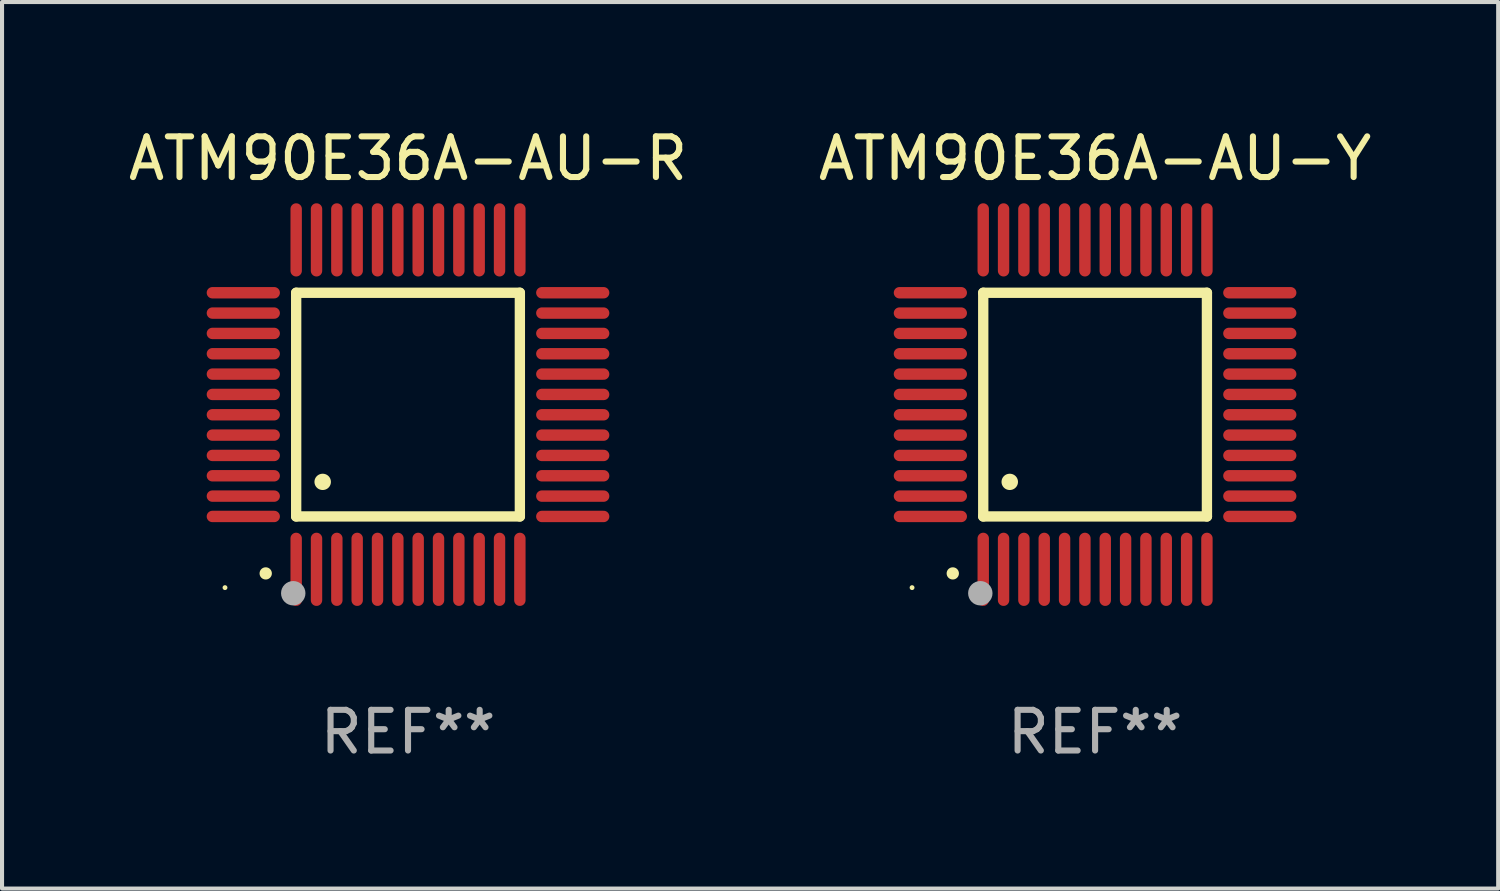
<source format=kicad_pcb>
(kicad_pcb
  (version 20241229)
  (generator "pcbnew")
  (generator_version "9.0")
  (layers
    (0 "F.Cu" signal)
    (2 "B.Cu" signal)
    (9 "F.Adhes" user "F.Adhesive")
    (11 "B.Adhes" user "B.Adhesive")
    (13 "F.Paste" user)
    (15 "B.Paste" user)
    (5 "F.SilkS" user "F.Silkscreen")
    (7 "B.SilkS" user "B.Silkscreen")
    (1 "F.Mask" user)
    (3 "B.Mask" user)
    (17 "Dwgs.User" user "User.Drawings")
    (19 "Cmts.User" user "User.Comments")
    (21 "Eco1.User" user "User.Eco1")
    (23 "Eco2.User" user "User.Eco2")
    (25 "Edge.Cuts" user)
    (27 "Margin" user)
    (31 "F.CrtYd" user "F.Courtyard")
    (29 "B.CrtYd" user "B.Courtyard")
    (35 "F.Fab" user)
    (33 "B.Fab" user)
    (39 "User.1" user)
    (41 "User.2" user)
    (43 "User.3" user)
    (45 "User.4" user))
  (footprint "ATM90E36A-AU-Y"
    (layer "F.Cu")
    (at 23.875 6.898)
    (property "Reference" "ATM90E36A-AU-Y" (at 0 -6.05 0) (layer "F.SilkS") (effects (font (size 1 1) (thickness 0.15))))
    (attr through_hole)
    (fp_line (start -2.75 -2.75) (end 2.75 -2.75) (stroke (width 0.254) (type solid)) (layer "F.SilkS"))
    (fp_line (start -2.75 2.75) (end -2.75 -2.75) (stroke (width 0.254) (type solid)) (layer "F.SilkS"))
    (fp_line (start 2.75 -2.75) (end 2.75 2.75) (stroke (width 0.254) (type solid)) (layer "F.SilkS"))
    (fp_line (start 2.75 2.75) (end -2.75 2.75) (stroke (width 0.254) (type solid)) (layer "F.SilkS"))
    (fp_arc (start -3.500127 4.150368) (mid -3.498857 4.150363) (end -3.497587 4.150368) (stroke (width 0.3) (type solid)) (layer "F.SilkS"))
    (fp_arc (start -2.100584 1.899924) (mid -2.098044 1.899908) (end -2.095504 1.899924) (stroke (width 0.4) (type solid)) (layer "F.SilkS"))
    (fp_circle (center -4.5 4.5) (end -4.47 4.5) (stroke (width 0.06) (type solid)) (fill no) (layer "F.SilkS"))
    (fp_circle (center -2.822 4.638) (end -2.672 4.638) (stroke (width 0.3) (type solid)) (fill no) (layer "F.Fab"))
    (fp_text user "REF**" (at 0 8.05 0) (layer "F.Fab") (effects (font (size 1 1) (thickness 0.15))))
    (pad "1" smd oval (at -2.75 4.05) (size 0.28 1.8) (layers "F.Cu" "F.Mask" "F.Paste"))
    (pad "2" smd oval (at -2.25 4.05) (size 0.28 1.8) (layers "F.Cu" "F.Mask" "F.Paste"))
    (pad "3" smd oval (at -1.75 4.05) (size 0.28 1.8) (layers "F.Cu" "F.Mask" "F.Paste"))
    (pad "4" smd oval (at -1.25 4.05) (size 0.28 1.8) (layers "F.Cu" "F.Mask" "F.Paste"))
    (pad "5" smd oval (at -0.75 4.05) (size 0.28 1.8) (layers "F.Cu" "F.Mask" "F.Paste"))
    (pad "6" smd oval (at -0.25 4.05) (size 0.28 1.8) (layers "F.Cu" "F.Mask" "F.Paste"))
    (pad "7" smd oval (at 0.25 4.05) (size 0.28 1.8) (layers "F.Cu" "F.Mask" "F.Paste"))
    (pad "8" smd oval (at 0.75 4.05) (size 0.28 1.8) (layers "F.Cu" "F.Mask" "F.Paste"))
    (pad "9" smd oval (at 1.25 4.05) (size 0.28 1.8) (layers "F.Cu" "F.Mask" "F.Paste"))
    (pad "10" smd oval (at 1.75 4.05) (size 0.28 1.8) (layers "F.Cu" "F.Mask" "F.Paste"))
    (pad "11" smd oval (at 2.25 4.05) (size 0.28 1.8) (layers "F.Cu" "F.Mask" "F.Paste"))
    (pad "12" smd oval (at 2.75 4.05) (size 0.28 1.8) (layers "F.Cu" "F.Mask" "F.Paste"))
    (pad "13" smd oval (at 4.05 2.75) (size 1.8 0.28) (layers "F.Cu" "F.Mask" "F.Paste"))
    (pad "14" smd oval (at 4.05 2.25) (size 1.8 0.28) (layers "F.Cu" "F.Mask" "F.Paste"))
    (pad "15" smd oval (at 4.05 1.75) (size 1.8 0.28) (layers "F.Cu" "F.Mask" "F.Paste"))
    (pad "16" smd oval (at 4.05 1.25) (size 1.8 0.28) (layers "F.Cu" "F.Mask" "F.Paste"))
    (pad "17" smd oval (at 4.05 0.75) (size 1.8 0.28) (layers "F.Cu" "F.Mask" "F.Paste"))
    (pad "18" smd oval (at 4.05 0.25) (size 1.8 0.28) (layers "F.Cu" "F.Mask" "F.Paste"))
    (pad "19" smd oval (at 4.05 -0.25) (size 1.8 0.28) (layers "F.Cu" "F.Mask" "F.Paste"))
    (pad "20" smd oval (at 4.05 -0.75) (size 1.8 0.28) (layers "F.Cu" "F.Mask" "F.Paste"))
    (pad "21" smd oval (at 4.05 -1.25) (size 1.8 0.28) (layers "F.Cu" "F.Mask" "F.Paste"))
    (pad "22" smd oval (at 4.05 -1.75) (size 1.8 0.28) (layers "F.Cu" "F.Mask" "F.Paste"))
    (pad "23" smd oval (at 4.05 -2.25) (size 1.8 0.28) (layers "F.Cu" "F.Mask" "F.Paste"))
    (pad "24" smd oval (at 4.05 -2.75) (size 1.8 0.28) (layers "F.Cu" "F.Mask" "F.Paste"))
    (pad "25" smd oval (at 2.75 -4.05) (size 0.28 1.8) (layers "F.Cu" "F.Mask" "F.Paste"))
    (pad "26" smd oval (at 2.25 -4.05) (size 0.28 1.8) (layers "F.Cu" "F.Mask" "F.Paste"))
    (pad "27" smd oval (at 1.75 -4.05) (size 0.28 1.8) (layers "F.Cu" "F.Mask" "F.Paste"))
    (pad "28" smd oval (at 1.25 -4.05) (size 0.28 1.8) (layers "F.Cu" "F.Mask" "F.Paste"))
    (pad "29" smd oval (at 0.75 -4.05) (size 0.28 1.8) (layers "F.Cu" "F.Mask" "F.Paste"))
    (pad "30" smd oval (at 0.25 -4.05) (size 0.28 1.8) (layers "F.Cu" "F.Mask" "F.Paste"))
    (pad "31" smd oval (at -0.25 -4.05) (size 0.28 1.8) (layers "F.Cu" "F.Mask" "F.Paste"))
    (pad "32" smd oval (at -0.75 -4.05) (size 0.28 1.8) (layers "F.Cu" "F.Mask" "F.Paste"))
    (pad "33" smd oval (at -1.25 -4.05) (size 0.28 1.8) (layers "F.Cu" "F.Mask" "F.Paste"))
    (pad "34" smd oval (at -1.75 -4.05) (size 0.28 1.8) (layers "F.Cu" "F.Mask" "F.Paste"))
    (pad "35" smd oval (at -2.25 -4.05) (size 0.28 1.8) (layers "F.Cu" "F.Mask" "F.Paste"))
    (pad "36" smd oval (at -2.75 -4.05) (size 0.28 1.8) (layers "F.Cu" "F.Mask" "F.Paste"))
    (pad "37" smd oval (at -4.05 -2.75) (size 1.8 0.28) (layers "F.Cu" "F.Mask" "F.Paste"))
    (pad "38" smd oval (at -4.05 -2.25) (size 1.8 0.28) (layers "F.Cu" "F.Mask" "F.Paste"))
    (pad "39" smd oval (at -4.05 -1.75) (size 1.8 0.28) (layers "F.Cu" "F.Mask" "F.Paste"))
    (pad "40" smd oval (at -4.05 -1.25) (size 1.8 0.28) (layers "F.Cu" "F.Mask" "F.Paste"))
    (pad "41" smd oval (at -4.05 -0.75) (size 1.8 0.28) (layers "F.Cu" "F.Mask" "F.Paste"))
    (pad "42" smd oval (at -4.05 -0.25) (size 1.8 0.28) (layers "F.Cu" "F.Mask" "F.Paste"))
    (pad "43" smd oval (at -4.05 0.25) (size 1.8 0.28) (layers "F.Cu" "F.Mask" "F.Paste"))
    (pad "44" smd oval (at -4.05 0.75) (size 1.8 0.28) (layers "F.Cu" "F.Mask" "F.Paste"))
    (pad "45" smd oval (at -4.05 1.25) (size 1.8 0.28) (layers "F.Cu" "F.Mask" "F.Paste"))
    (pad "46" smd oval (at -4.05 1.75) (size 1.8 0.28) (layers "F.Cu" "F.Mask" "F.Paste"))
    (pad "47" smd oval (at -4.05 2.25) (size 1.8 0.28) (layers "F.Cu" "F.Mask" "F.Paste"))
    (pad "48" smd oval (at -4.05 2.75) (size 1.8 0.28) (layers "F.Cu" "F.Mask" "F.Paste")))
  (footprint "ATM90E36A-AU-R"
    (layer "F.Cu")
    (at 6.982 6.898)
    (property "Reference" "ATM90E36A-AU-R" (at 0 -6.05 0) (layer "F.SilkS") (effects (font (size 1 1) (thickness 0.15))))
    (attr through_hole)
    (fp_line (start -2.75 -2.75) (end 2.75 -2.75) (stroke (width 0.254) (type solid)) (layer "F.SilkS"))
    (fp_line (start -2.75 2.75) (end -2.75 -2.75) (stroke (width 0.254) (type solid)) (layer "F.SilkS"))
    (fp_line (start 2.75 -2.75) (end 2.75 2.75) (stroke (width 0.254) (type solid)) (layer "F.SilkS"))
    (fp_line (start 2.75 2.75) (end -2.75 2.75) (stroke (width 0.254) (type solid)) (layer "F.SilkS"))
    (fp_arc (start -3.500127 4.150368) (mid -3.498857 4.150363) (end -3.497587 4.150368) (stroke (width 0.3) (type solid)) (layer "F.SilkS"))
    (fp_arc (start -2.100584 1.899924) (mid -2.098044 1.899908) (end -2.095504 1.899924) (stroke (width 0.4) (type solid)) (layer "F.SilkS"))
    (fp_circle (center -4.5 4.5) (end -4.47 4.5) (stroke (width 0.06) (type solid)) (fill no) (layer "F.SilkS"))
    (fp_circle (center -2.822 4.638) (end -2.672 4.638) (stroke (width 0.3) (type solid)) (fill no) (layer "F.Fab"))
    (fp_text user "REF**" (at 0 8.05 0) (layer "F.Fab") (effects (font (size 1 1) (thickness 0.15))))
    (pad "1" smd oval (at -2.75 4.05) (size 0.28 1.8) (layers "F.Cu" "F.Mask" "F.Paste"))
    (pad "2" smd oval (at -2.25 4.05) (size 0.28 1.8) (layers "F.Cu" "F.Mask" "F.Paste"))
    (pad "3" smd oval (at -1.75 4.05) (size 0.28 1.8) (layers "F.Cu" "F.Mask" "F.Paste"))
    (pad "4" smd oval (at -1.25 4.05) (size 0.28 1.8) (layers "F.Cu" "F.Mask" "F.Paste"))
    (pad "5" smd oval (at -0.75 4.05) (size 0.28 1.8) (layers "F.Cu" "F.Mask" "F.Paste"))
    (pad "6" smd oval (at -0.25 4.05) (size 0.28 1.8) (layers "F.Cu" "F.Mask" "F.Paste"))
    (pad "7" smd oval (at 0.25 4.05) (size 0.28 1.8) (layers "F.Cu" "F.Mask" "F.Paste"))
    (pad "8" smd oval (at 0.75 4.05) (size 0.28 1.8) (layers "F.Cu" "F.Mask" "F.Paste"))
    (pad "9" smd oval (at 1.25 4.05) (size 0.28 1.8) (layers "F.Cu" "F.Mask" "F.Paste"))
    (pad "10" smd oval (at 1.75 4.05) (size 0.28 1.8) (layers "F.Cu" "F.Mask" "F.Paste"))
    (pad "11" smd oval (at 2.25 4.05) (size 0.28 1.8) (layers "F.Cu" "F.Mask" "F.Paste"))
    (pad "12" smd oval (at 2.75 4.05) (size 0.28 1.8) (layers "F.Cu" "F.Mask" "F.Paste"))
    (pad "13" smd oval (at 4.05 2.75) (size 1.8 0.28) (layers "F.Cu" "F.Mask" "F.Paste"))
    (pad "14" smd oval (at 4.05 2.25) (size 1.8 0.28) (layers "F.Cu" "F.Mask" "F.Paste"))
    (pad "15" smd oval (at 4.05 1.75) (size 1.8 0.28) (layers "F.Cu" "F.Mask" "F.Paste"))
    (pad "16" smd oval (at 4.05 1.25) (size 1.8 0.28) (layers "F.Cu" "F.Mask" "F.Paste"))
    (pad "17" smd oval (at 4.05 0.75) (size 1.8 0.28) (layers "F.Cu" "F.Mask" "F.Paste"))
    (pad "18" smd oval (at 4.05 0.25) (size 1.8 0.28) (layers "F.Cu" "F.Mask" "F.Paste"))
    (pad "19" smd oval (at 4.05 -0.25) (size 1.8 0.28) (layers "F.Cu" "F.Mask" "F.Paste"))
    (pad "20" smd oval (at 4.05 -0.75) (size 1.8 0.28) (layers "F.Cu" "F.Mask" "F.Paste"))
    (pad "21" smd oval (at 4.05 -1.25) (size 1.8 0.28) (layers "F.Cu" "F.Mask" "F.Paste"))
    (pad "22" smd oval (at 4.05 -1.75) (size 1.8 0.28) (layers "F.Cu" "F.Mask" "F.Paste"))
    (pad "23" smd oval (at 4.05 -2.25) (size 1.8 0.28) (layers "F.Cu" "F.Mask" "F.Paste"))
    (pad "24" smd oval (at 4.05 -2.75) (size 1.8 0.28) (layers "F.Cu" "F.Mask" "F.Paste"))
    (pad "25" smd oval (at 2.75 -4.05) (size 0.28 1.8) (layers "F.Cu" "F.Mask" "F.Paste"))
    (pad "26" smd oval (at 2.25 -4.05) (size 0.28 1.8) (layers "F.Cu" "F.Mask" "F.Paste"))
    (pad "27" smd oval (at 1.75 -4.05) (size 0.28 1.8) (layers "F.Cu" "F.Mask" "F.Paste"))
    (pad "28" smd oval (at 1.25 -4.05) (size 0.28 1.8) (layers "F.Cu" "F.Mask" "F.Paste"))
    (pad "29" smd oval (at 0.75 -4.05) (size 0.28 1.8) (layers "F.Cu" "F.Mask" "F.Paste"))
    (pad "30" smd oval (at 0.25 -4.05) (size 0.28 1.8) (layers "F.Cu" "F.Mask" "F.Paste"))
    (pad "31" smd oval (at -0.25 -4.05) (size 0.28 1.8) (layers "F.Cu" "F.Mask" "F.Paste"))
    (pad "32" smd oval (at -0.75 -4.05) (size 0.28 1.8) (layers "F.Cu" "F.Mask" "F.Paste"))
    (pad "33" smd oval (at -1.25 -4.05) (size 0.28 1.8) (layers "F.Cu" "F.Mask" "F.Paste"))
    (pad "34" smd oval (at -1.75 -4.05) (size 0.28 1.8) (layers "F.Cu" "F.Mask" "F.Paste"))
    (pad "35" smd oval (at -2.25 -4.05) (size 0.28 1.8) (layers "F.Cu" "F.Mask" "F.Paste"))
    (pad "36" smd oval (at -2.75 -4.05) (size 0.28 1.8) (layers "F.Cu" "F.Mask" "F.Paste"))
    (pad "37" smd oval (at -4.05 -2.75) (size 1.8 0.28) (layers "F.Cu" "F.Mask" "F.Paste"))
    (pad "38" smd oval (at -4.05 -2.25) (size 1.8 0.28) (layers "F.Cu" "F.Mask" "F.Paste"))
    (pad "39" smd oval (at -4.05 -1.75) (size 1.8 0.28) (layers "F.Cu" "F.Mask" "F.Paste"))
    (pad "40" smd oval (at -4.05 -1.25) (size 1.8 0.28) (layers "F.Cu" "F.Mask" "F.Paste"))
    (pad "41" smd oval (at -4.05 -0.75) (size 1.8 0.28) (layers "F.Cu" "F.Mask" "F.Paste"))
    (pad "42" smd oval (at -4.05 -0.25) (size 1.8 0.28) (layers "F.Cu" "F.Mask" "F.Paste"))
    (pad "43" smd oval (at -4.05 0.25) (size 1.8 0.28) (layers "F.Cu" "F.Mask" "F.Paste"))
    (pad "44" smd oval (at -4.05 0.75) (size 1.8 0.28) (layers "F.Cu" "F.Mask" "F.Paste"))
    (pad "45" smd oval (at -4.05 1.25) (size 1.8 0.28) (layers "F.Cu" "F.Mask" "F.Paste"))
    (pad "46" smd oval (at -4.05 1.75) (size 1.8 0.28) (layers "F.Cu" "F.Mask" "F.Paste"))
    (pad "47" smd oval (at -4.05 2.25) (size 1.8 0.28) (layers "F.Cu" "F.Mask" "F.Paste"))
    (pad "48" smd oval (at -4.05 2.75) (size 1.8 0.28) (layers "F.Cu" "F.Mask" "F.Paste")))
  (gr_rect
    (start -3 -3)
    (end 33.786 18.797)
    (stroke (width 0.1) (type default))
    (fill no)
    (layer "Edge.Cuts")))
</source>
